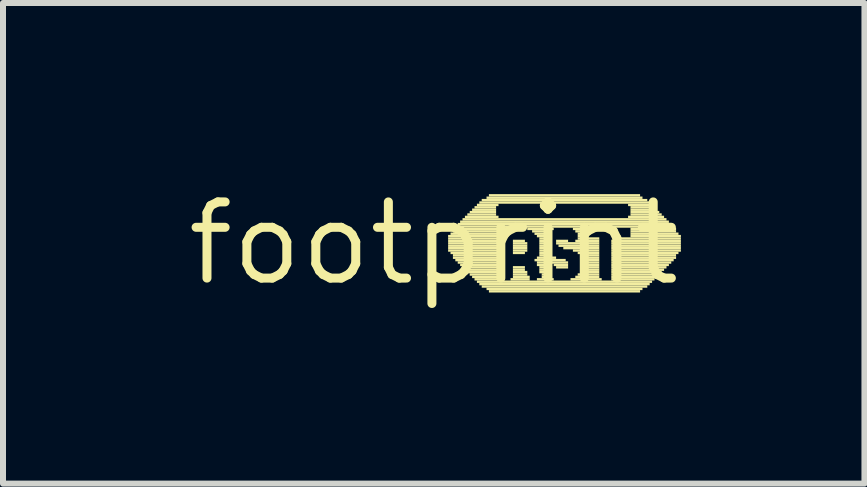
<source format=kicad_pcb>
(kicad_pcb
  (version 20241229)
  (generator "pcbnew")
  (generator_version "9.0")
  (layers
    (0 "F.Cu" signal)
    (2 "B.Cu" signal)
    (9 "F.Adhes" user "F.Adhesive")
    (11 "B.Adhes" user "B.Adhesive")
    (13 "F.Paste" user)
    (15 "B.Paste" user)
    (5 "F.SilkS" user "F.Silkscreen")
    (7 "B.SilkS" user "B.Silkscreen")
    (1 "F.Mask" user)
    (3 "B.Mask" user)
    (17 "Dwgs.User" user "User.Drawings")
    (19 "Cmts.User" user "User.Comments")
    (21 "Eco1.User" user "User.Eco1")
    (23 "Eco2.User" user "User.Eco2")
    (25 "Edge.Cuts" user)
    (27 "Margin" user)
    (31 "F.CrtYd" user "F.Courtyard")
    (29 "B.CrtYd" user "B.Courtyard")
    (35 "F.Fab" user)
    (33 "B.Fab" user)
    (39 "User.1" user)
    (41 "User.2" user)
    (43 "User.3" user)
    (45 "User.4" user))
  (footprint "footprint"
    (layer "F.Cu")
    (at 4.18 1.006)
    (property "Reference" "footprint" (at 0 0 0) (layer "F.SilkS") (effects (font (size 1.27 1.27) (thickness 0.15))))
    (fp_poly (pts (xy 0.24 -0.1) (xy 1.12 -0.1) (xy 1.12 -0.14) (xy 0.24 -0.14)) (stroke (width 0) (type solid)) (fill yes) (layer "F.SilkS"))
    (fp_poly (pts (xy 0.24 -0.06) (xy 1.12 -0.06) (xy 1.12 -0.1) (xy 0.24 -0.1)) (stroke (width 0) (type solid)) (fill yes) (layer "F.SilkS"))
    (fp_poly (pts (xy 0.24 -0.02) (xy 1.12 -0.02) (xy 1.12 -0.06) (xy 0.24 -0.06)) (stroke (width 0) (type solid)) (fill yes) (layer "F.SilkS"))
    (fp_poly (pts (xy 0.24 0.02) (xy 1.12 0.02) (xy 1.12 -0.02) (xy 0.24 -0.02)) (stroke (width 0) (type solid)) (fill yes) (layer "F.SilkS"))
    (fp_poly (pts (xy 0.24 0.06) (xy 1.12 0.06) (xy 1.12 0.02) (xy 0.24 0.02)) (stroke (width 0) (type solid)) (fill yes) (layer "F.SilkS"))
    (fp_poly (pts (xy 0.24 0.1) (xy 1.12 0.1) (xy 1.12 0.06) (xy 0.24 0.06)) (stroke (width 0) (type solid)) (fill yes) (layer "F.SilkS"))
    (fp_poly (pts (xy 0.24 0.14) (xy 1.12 0.14) (xy 1.12 0.1) (xy 0.24 0.1)) (stroke (width 0) (type solid)) (fill yes) (layer "F.SilkS"))
    (fp_poly (pts (xy 0.28 -0.14) (xy 1.12 -0.14) (xy 1.12 -0.18) (xy 0.28 -0.18)) (stroke (width 0) (type solid)) (fill yes) (layer "F.SilkS"))
    (fp_poly (pts (xy 0.28 0.18) (xy 1.12 0.18) (xy 1.12 0.14) (xy 0.28 0.14)) (stroke (width 0) (type solid)) (fill yes) (layer "F.SilkS"))
    (fp_poly (pts (xy 0.32 -0.22) (xy 1.12 -0.22) (xy 1.12 -0.26) (xy 0.32 -0.26)) (stroke (width 0) (type solid)) (fill yes) (layer "F.SilkS"))
    (fp_poly (pts (xy 0.32 -0.18) (xy 1.12 -0.18) (xy 1.12 -0.22) (xy 0.32 -0.22)) (stroke (width 0) (type solid)) (fill yes) (layer "F.SilkS"))
    (fp_poly (pts (xy 0.32 0.22) (xy 1.12 0.22) (xy 1.12 0.18) (xy 0.32 0.18)) (stroke (width 0) (type solid)) (fill yes) (layer "F.SilkS"))
    (fp_poly (pts (xy 0.32 0.26) (xy 1.12 0.26) (xy 1.12 0.22) (xy 0.32 0.22)) (stroke (width 0) (type solid)) (fill yes) (layer "F.SilkS"))
    (fp_poly (pts (xy 0.36 -0.26) (xy 4 -0.26) (xy 4 -0.3) (xy 0.36 -0.3)) (stroke (width 0) (type solid)) (fill yes) (layer "F.SilkS"))
    (fp_poly (pts (xy 0.36 0.3) (xy 1.12 0.3) (xy 1.12 0.26) (xy 0.36 0.26)) (stroke (width 0) (type solid)) (fill yes) (layer "F.SilkS"))
    (fp_poly (pts (xy 0.4 -0.3) (xy 3.96 -0.3) (xy 3.96 -0.34) (xy 0.4 -0.34)) (stroke (width 0) (type solid)) (fill yes) (layer "F.SilkS"))
    (fp_poly (pts (xy 0.4 0.34) (xy 1.12 0.34) (xy 1.12 0.3) (xy 0.4 0.3)) (stroke (width 0) (type solid)) (fill yes) (layer "F.SilkS"))
    (fp_poly (pts (xy 0.44 -0.34) (xy 3.92 -0.34) (xy 3.92 -0.38) (xy 0.44 -0.38)) (stroke (width 0) (type solid)) (fill yes) (layer "F.SilkS"))
    (fp_poly (pts (xy 0.44 0.38) (xy 1.12 0.38) (xy 1.12 0.34) (xy 0.44 0.34)) (stroke (width 0) (type solid)) (fill yes) (layer "F.SilkS"))
    (fp_poly (pts (xy 0.48 -0.38) (xy 3.88 -0.38) (xy 3.88 -0.42) (xy 0.48 -0.42)) (stroke (width 0) (type solid)) (fill yes) (layer "F.SilkS"))
    (fp_poly (pts (xy 0.48 0.42) (xy 1.12 0.42) (xy 1.12 0.38) (xy 0.48 0.38)) (stroke (width 0) (type solid)) (fill yes) (layer "F.SilkS"))
    (fp_poly (pts (xy 0.52 -0.42) (xy 1.08 -0.42) (xy 1.08 -0.46) (xy 0.52 -0.46)) (stroke (width 0) (type solid)) (fill yes) (layer "F.SilkS"))
    (fp_poly (pts (xy 0.52 0.46) (xy 1.12 0.46) (xy 1.12 0.42) (xy 0.52 0.42)) (stroke (width 0) (type solid)) (fill yes) (layer "F.SilkS"))
    (fp_poly (pts (xy 0.56 -0.46) (xy 1.04 -0.46) (xy 1.04 -0.5) (xy 0.56 -0.5)) (stroke (width 0) (type solid)) (fill yes) (layer "F.SilkS"))
    (fp_poly (pts (xy 0.56 0.5) (xy 1.12 0.5) (xy 1.12 0.46) (xy 0.56 0.46)) (stroke (width 0) (type solid)) (fill yes) (layer "F.SilkS"))
    (fp_poly (pts (xy 0.6 -0.5) (xy 1.04 -0.5) (xy 1.04 -0.54) (xy 0.6 -0.54)) (stroke (width 0) (type solid)) (fill yes) (layer "F.SilkS"))
    (fp_poly (pts (xy 0.6 0.54) (xy 1.12 0.54) (xy 1.12 0.5) (xy 0.6 0.5)) (stroke (width 0) (type solid)) (fill yes) (layer "F.SilkS"))
    (fp_poly (pts (xy 0.64 -0.54) (xy 1.04 -0.54) (xy 1.04 -0.58) (xy 0.64 -0.58)) (stroke (width 0) (type solid)) (fill yes) (layer "F.SilkS"))
    (fp_poly (pts (xy 0.64 0.58) (xy 1.12 0.58) (xy 1.12 0.54) (xy 0.64 0.54)) (stroke (width 0) (type solid)) (fill yes) (layer "F.SilkS"))
    (fp_poly (pts (xy 0.68 -0.58) (xy 1.04 -0.58) (xy 1.04 -0.62) (xy 0.68 -0.62)) (stroke (width 0) (type solid)) (fill yes) (layer "F.SilkS"))
    (fp_poly (pts (xy 0.68 0.62) (xy 1.12 0.62) (xy 1.12 0.58) (xy 0.68 0.58)) (stroke (width 0) (type solid)) (fill yes) (layer "F.SilkS"))
    (fp_poly (pts (xy 0.72 -0.62) (xy 1.08 -0.62) (xy 1.08 -0.66) (xy 0.72 -0.66)) (stroke (width 0) (type solid)) (fill yes) (layer "F.SilkS"))
    (fp_poly (pts (xy 0.72 0.66) (xy 3.64 0.66) (xy 3.64 0.62) (xy 0.72 0.62)) (stroke (width 0) (type solid)) (fill yes) (layer "F.SilkS"))
    (fp_poly (pts (xy 0.76 -0.66) (xy 3.6 -0.66) (xy 3.6 -0.7) (xy 0.76 -0.7)) (stroke (width 0) (type solid)) (fill yes) (layer "F.SilkS"))
    (fp_poly (pts (xy 0.76 0.7) (xy 3.6 0.7) (xy 3.6 0.66) (xy 0.76 0.66)) (stroke (width 0) (type solid)) (fill yes) (layer "F.SilkS"))
    (fp_poly (pts (xy 0.8 -0.7) (xy 3.56 -0.7) (xy 3.56 -0.74) (xy 0.8 -0.74)) (stroke (width 0) (type solid)) (fill yes) (layer "F.SilkS"))
    (fp_poly (pts (xy 0.8 0.74) (xy 3.56 0.74) (xy 3.56 0.7) (xy 0.8 0.7)) (stroke (width 0) (type solid)) (fill yes) (layer "F.SilkS"))
    (fp_poly (pts (xy 0.88 -0.74) (xy 3.48 -0.74) (xy 3.48 -0.78) (xy 0.88 -0.78)) (stroke (width 0) (type solid)) (fill yes) (layer "F.SilkS"))
    (fp_poly (pts (xy 0.88 0.78) (xy 3.48 0.78) (xy 3.48 0.74) (xy 0.88 0.74)) (stroke (width 0) (type solid)) (fill yes) (layer "F.SilkS"))
    (fp_poly (pts (xy 0.92 -0.78) (xy 3.44 -0.78) (xy 3.44 -0.82) (xy 0.92 -0.82)) (stroke (width 0) (type solid)) (fill yes) (layer "F.SilkS"))
    (fp_poly (pts (xy 0.92 0.82) (xy 3.44 0.82) (xy 3.44 0.78) (xy 0.92 0.78)) (stroke (width 0) (type solid)) (fill yes) (layer "F.SilkS"))
    (fp_poly (pts (xy 1.28 0.62) (xy 1.6 0.62) (xy 1.6 0.58) (xy 1.28 0.58)) (stroke (width 0) (type solid)) (fill yes) (layer "F.SilkS"))
    (fp_poly (pts (xy 1.32 -0.02) (xy 1.52 -0.02) (xy 1.52 -0.06) (xy 1.32 -0.06)) (stroke (width 0) (type solid)) (fill yes) (layer "F.SilkS"))
    (fp_poly (pts (xy 1.32 0.02) (xy 1.56 0.02) (xy 1.56 -0.02) (xy 1.32 -0.02)) (stroke (width 0) (type solid)) (fill yes) (layer "F.SilkS"))
    (fp_poly (pts (xy 1.32 0.06) (xy 1.56 0.06) (xy 1.56 0.02) (xy 1.32 0.02)) (stroke (width 0) (type solid)) (fill yes) (layer "F.SilkS"))
    (fp_poly (pts (xy 1.32 0.1) (xy 1.56 0.1) (xy 1.56 0.06) (xy 1.32 0.06)) (stroke (width 0) (type solid)) (fill yes) (layer "F.SilkS"))
    (fp_poly (pts (xy 1.32 0.14) (xy 1.56 0.14) (xy 1.56 0.1) (xy 1.32 0.1)) (stroke (width 0) (type solid)) (fill yes) (layer "F.SilkS"))
    (fp_poly (pts (xy 1.32 0.18) (xy 1.52 0.18) (xy 1.52 0.14) (xy 1.32 0.14)) (stroke (width 0) (type solid)) (fill yes) (layer "F.SilkS"))
    (fp_poly (pts (xy 1.32 0.42) (xy 1.52 0.42) (xy 1.52 0.38) (xy 1.32 0.38)) (stroke (width 0) (type solid)) (fill yes) (layer "F.SilkS"))
    (fp_poly (pts (xy 1.32 0.46) (xy 1.52 0.46) (xy 1.52 0.42) (xy 1.32 0.42)) (stroke (width 0) (type solid)) (fill yes) (layer "F.SilkS"))
    (fp_poly (pts (xy 1.32 0.5) (xy 1.56 0.5) (xy 1.56 0.46) (xy 1.32 0.46)) (stroke (width 0) (type solid)) (fill yes) (layer "F.SilkS"))
    (fp_poly (pts (xy 1.32 0.54) (xy 1.56 0.54) (xy 1.56 0.5) (xy 1.32 0.5)) (stroke (width 0) (type solid)) (fill yes) (layer "F.SilkS"))
    (fp_poly (pts (xy 1.32 0.58) (xy 1.6 0.58) (xy 1.6 0.54) (xy 1.32 0.54)) (stroke (width 0) (type solid)) (fill yes) (layer "F.SilkS"))
    (fp_poly (pts (xy 1.56 -0.22) (xy 2 -0.22) (xy 2 -0.26) (xy 1.56 -0.26)) (stroke (width 0) (type solid)) (fill yes) (layer "F.SilkS"))
    (fp_poly (pts (xy 1.64 -0.18) (xy 1.92 -0.18) (xy 1.92 -0.22) (xy 1.64 -0.22)) (stroke (width 0) (type solid)) (fill yes) (layer "F.SilkS"))
    (fp_poly (pts (xy 1.68 -0.14) (xy 1.88 -0.14) (xy 1.88 -0.18) (xy 1.68 -0.18)) (stroke (width 0) (type solid)) (fill yes) (layer "F.SilkS"))
    (fp_poly (pts (xy 1.68 0.3) (xy 2.2 0.3) (xy 2.2 0.26) (xy 1.68 0.26)) (stroke (width 0) (type solid)) (fill yes) (layer "F.SilkS"))
    (fp_poly (pts (xy 1.72 -0.1) (xy 1.88 -0.1) (xy 1.88 -0.14) (xy 1.72 -0.14)) (stroke (width 0) (type solid)) (fill yes) (layer "F.SilkS"))
    (fp_poly (pts (xy 1.72 0.26) (xy 2.04 0.26) (xy 2.04 0.22) (xy 1.72 0.22)) (stroke (width 0) (type solid)) (fill yes) (layer "F.SilkS"))
    (fp_poly (pts (xy 1.72 0.34) (xy 2.24 0.34) (xy 2.24 0.3) (xy 1.72 0.3)) (stroke (width 0) (type solid)) (fill yes) (layer "F.SilkS"))
    (fp_poly (pts (xy 1.72 0.38) (xy 1.88 0.38) (xy 1.88 0.34) (xy 1.72 0.34)) (stroke (width 0) (type solid)) (fill yes) (layer "F.SilkS"))
    (fp_poly (pts (xy 1.72 0.62) (xy 2 0.62) (xy 2 0.58) (xy 1.72 0.58)) (stroke (width 0) (type solid)) (fill yes) (layer "F.SilkS"))
    (fp_poly (pts (xy 1.76 -0.06) (xy 1.84 -0.06) (xy 1.84 -0.1) (xy 1.76 -0.1)) (stroke (width 0) (type solid)) (fill yes) (layer "F.SilkS"))
    (fp_poly (pts (xy 1.76 -0.02) (xy 1.84 -0.02) (xy 1.84 -0.06) (xy 1.76 -0.06)) (stroke (width 0) (type solid)) (fill yes) (layer "F.SilkS"))
    (fp_poly (pts (xy 1.76 0.02) (xy 1.84 0.02) (xy 1.84 -0.02) (xy 1.76 -0.02)) (stroke (width 0) (type solid)) (fill yes) (layer "F.SilkS"))
    (fp_poly (pts (xy 1.76 0.06) (xy 1.84 0.06) (xy 1.84 0.02) (xy 1.76 0.02)) (stroke (width 0) (type solid)) (fill yes) (layer "F.SilkS"))
    (fp_poly (pts (xy 1.76 0.1) (xy 1.84 0.1) (xy 1.84 0.06) (xy 1.76 0.06)) (stroke (width 0) (type solid)) (fill yes) (layer "F.SilkS"))
    (fp_poly (pts (xy 1.76 0.14) (xy 1.88 0.14) (xy 1.88 0.1) (xy 1.76 0.1)) (stroke (width 0) (type solid)) (fill yes) (layer "F.SilkS"))
    (fp_poly (pts (xy 1.76 0.18) (xy 1.92 0.18) (xy 1.92 0.14) (xy 1.76 0.14)) (stroke (width 0) (type solid)) (fill yes) (layer "F.SilkS"))
    (fp_poly (pts (xy 1.76 0.22) (xy 1.96 0.22) (xy 1.96 0.18) (xy 1.76 0.18)) (stroke (width 0) (type solid)) (fill yes) (layer "F.SilkS"))
    (fp_poly (pts (xy 1.76 0.42) (xy 1.84 0.42) (xy 1.84 0.38) (xy 1.76 0.38)) (stroke (width 0) (type solid)) (fill yes) (layer "F.SilkS"))
    (fp_poly (pts (xy 1.76 0.46) (xy 1.84 0.46) (xy 1.84 0.42) (xy 1.76 0.42)) (stroke (width 0) (type solid)) (fill yes) (layer "F.SilkS"))
    (fp_poly (pts (xy 1.76 0.5) (xy 1.84 0.5) (xy 1.84 0.46) (xy 1.76 0.46)) (stroke (width 0) (type solid)) (fill yes) (layer "F.SilkS"))
    (fp_poly (pts (xy 1.8 0.54) (xy 1.88 0.54) (xy 1.88 0.5) (xy 1.8 0.5)) (stroke (width 0) (type solid)) (fill yes) (layer "F.SilkS"))
    (fp_poly (pts (xy 1.8 0.58) (xy 1.92 0.58) (xy 1.92 0.54) (xy 1.8 0.54)) (stroke (width 0) (type solid)) (fill yes) (layer "F.SilkS"))
    (fp_poly (pts (xy 2 0.38) (xy 2.24 0.38) (xy 2.24 0.34) (xy 2 0.34)) (stroke (width 0) (type solid)) (fill yes) (layer "F.SilkS"))
    (fp_poly (pts (xy 2.04 -0.02) (xy 2.24 -0.02) (xy 2.24 -0.06) (xy 2.04 -0.06)) (stroke (width 0) (type solid)) (fill yes) (layer "F.SilkS"))
    (fp_poly (pts (xy 2.04 0.02) (xy 2.76 0.02) (xy 2.76 -0.02) (xy 2.04 -0.02)) (stroke (width 0) (type solid)) (fill yes) (layer "F.SilkS"))
    (fp_poly (pts (xy 2.04 0.42) (xy 2.24 0.42) (xy 2.24 0.38) (xy 2.04 0.38)) (stroke (width 0) (type solid)) (fill yes) (layer "F.SilkS"))
    (fp_poly (pts (xy 2.08 0.06) (xy 2.76 0.06) (xy 2.76 0.02) (xy 2.08 0.02)) (stroke (width 0) (type solid)) (fill yes) (layer "F.SilkS"))
    (fp_poly (pts (xy 2.16 0.1) (xy 2.76 0.1) (xy 2.76 0.06) (xy 2.16 0.06)) (stroke (width 0) (type solid)) (fill yes) (layer "F.SilkS"))
    (fp_poly (pts (xy 2.28 0.62) (xy 2.8 0.62) (xy 2.8 0.58) (xy 2.28 0.58)) (stroke (width 0) (type solid)) (fill yes) (layer "F.SilkS"))
    (fp_poly (pts (xy 2.32 -0.22) (xy 2.48 -0.22) (xy 2.48 -0.26) (xy 2.32 -0.26)) (stroke (width 0) (type solid)) (fill yes) (layer "F.SilkS"))
    (fp_poly (pts (xy 2.32 0.14) (xy 2.76 0.14) (xy 2.76 0.1) (xy 2.32 0.1)) (stroke (width 0) (type solid)) (fill yes) (layer "F.SilkS"))
    (fp_poly (pts (xy 2.36 -0.18) (xy 2.44 -0.18) (xy 2.44 -0.22) (xy 2.36 -0.22)) (stroke (width 0) (type solid)) (fill yes) (layer "F.SilkS"))
    (fp_poly (pts (xy 2.36 -0.02) (xy 2.76 -0.02) (xy 2.76 -0.06) (xy 2.36 -0.06)) (stroke (width 0) (type solid)) (fill yes) (layer "F.SilkS"))
    (fp_poly (pts (xy 2.36 0.58) (xy 2.76 0.58) (xy 2.76 0.54) (xy 2.36 0.54)) (stroke (width 0) (type solid)) (fill yes) (layer "F.SilkS"))
    (fp_poly (pts (xy 2.4 -0.14) (xy 2.44 -0.14) (xy 2.44 -0.18) (xy 2.4 -0.18)) (stroke (width 0) (type solid)) (fill yes) (layer "F.SilkS"))
    (fp_poly (pts (xy 2.4 -0.1) (xy 2.48 -0.1) (xy 2.48 -0.14) (xy 2.4 -0.14)) (stroke (width 0) (type solid)) (fill yes) (layer "F.SilkS"))
    (fp_poly (pts (xy 2.4 -0.06) (xy 2.76 -0.06) (xy 2.76 -0.1) (xy 2.4 -0.1)) (stroke (width 0) (type solid)) (fill yes) (layer "F.SilkS"))
    (fp_poly (pts (xy 2.4 0.18) (xy 2.76 0.18) (xy 2.76 0.14) (xy 2.4 0.14)) (stroke (width 0) (type solid)) (fill yes) (layer "F.SilkS"))
    (fp_poly (pts (xy 2.4 0.54) (xy 2.76 0.54) (xy 2.76 0.5) (xy 2.4 0.5)) (stroke (width 0) (type solid)) (fill yes) (layer "F.SilkS"))
    (fp_poly (pts (xy 2.44 0.22) (xy 2.76 0.22) (xy 2.76 0.18) (xy 2.44 0.18)) (stroke (width 0) (type solid)) (fill yes) (layer "F.SilkS"))
    (fp_poly (pts (xy 2.44 0.26) (xy 2.76 0.26) (xy 2.76 0.22) (xy 2.44 0.22)) (stroke (width 0) (type solid)) (fill yes) (layer "F.SilkS"))
    (fp_poly (pts (xy 2.44 0.3) (xy 2.76 0.3) (xy 2.76 0.26) (xy 2.44 0.26)) (stroke (width 0) (type solid)) (fill yes) (layer "F.SilkS"))
    (fp_poly (pts (xy 2.44 0.34) (xy 2.76 0.34) (xy 2.76 0.3) (xy 2.44 0.3)) (stroke (width 0) (type solid)) (fill yes) (layer "F.SilkS"))
    (fp_poly (pts (xy 2.44 0.38) (xy 2.76 0.38) (xy 2.76 0.34) (xy 2.44 0.34)) (stroke (width 0) (type solid)) (fill yes) (layer "F.SilkS"))
    (fp_poly (pts (xy 2.44 0.42) (xy 2.76 0.42) (xy 2.76 0.38) (xy 2.44 0.38)) (stroke (width 0) (type solid)) (fill yes) (layer "F.SilkS"))
    (fp_poly (pts (xy 2.44 0.46) (xy 2.76 0.46) (xy 2.76 0.42) (xy 2.44 0.42)) (stroke (width 0) (type solid)) (fill yes) (layer "F.SilkS"))
    (fp_poly (pts (xy 2.44 0.5) (xy 2.76 0.5) (xy 2.76 0.46) (xy 2.44 0.46)) (stroke (width 0) (type solid)) (fill yes) (layer "F.SilkS"))
    (fp_poly (pts (xy 2.96 -0.02) (xy 4.12 -0.02) (xy 4.12 -0.06) (xy 2.96 -0.06)) (stroke (width 0) (type solid)) (fill yes) (layer "F.SilkS"))
    (fp_poly (pts (xy 2.96 0.02) (xy 4.12 0.02) (xy 4.12 -0.02) (xy 2.96 -0.02)) (stroke (width 0) (type solid)) (fill yes) (layer "F.SilkS"))
    (fp_poly (pts (xy 2.96 0.06) (xy 4.12 0.06) (xy 4.12 0.02) (xy 2.96 0.02)) (stroke (width 0) (type solid)) (fill yes) (layer "F.SilkS"))
    (fp_poly (pts (xy 2.96 0.1) (xy 4.12 0.1) (xy 4.12 0.06) (xy 2.96 0.06)) (stroke (width 0) (type solid)) (fill yes) (layer "F.SilkS"))
    (fp_poly (pts (xy 2.96 0.14) (xy 4.12 0.14) (xy 4.12 0.1) (xy 2.96 0.1)) (stroke (width 0) (type solid)) (fill yes) (layer "F.SilkS"))
    (fp_poly (pts (xy 2.96 0.18) (xy 4.08 0.18) (xy 4.08 0.14) (xy 2.96 0.14)) (stroke (width 0) (type solid)) (fill yes) (layer "F.SilkS"))
    (fp_poly (pts (xy 2.96 0.22) (xy 4.04 0.22) (xy 4.04 0.18) (xy 2.96 0.18)) (stroke (width 0) (type solid)) (fill yes) (layer "F.SilkS"))
    (fp_poly (pts (xy 2.96 0.26) (xy 4.04 0.26) (xy 4.04 0.22) (xy 2.96 0.22)) (stroke (width 0) (type solid)) (fill yes) (layer "F.SilkS"))
    (fp_poly (pts (xy 2.96 0.3) (xy 4 0.3) (xy 4 0.26) (xy 2.96 0.26)) (stroke (width 0) (type solid)) (fill yes) (layer "F.SilkS"))
    (fp_poly (pts (xy 2.96 0.34) (xy 3.96 0.34) (xy 3.96 0.3) (xy 2.96 0.3)) (stroke (width 0) (type solid)) (fill yes) (layer "F.SilkS"))
    (fp_poly (pts (xy 2.96 0.38) (xy 3.92 0.38) (xy 3.92 0.34) (xy 2.96 0.34)) (stroke (width 0) (type solid)) (fill yes) (layer "F.SilkS"))
    (fp_poly (pts (xy 2.96 0.42) (xy 3.88 0.42) (xy 3.88 0.38) (xy 2.96 0.38)) (stroke (width 0) (type solid)) (fill yes) (layer "F.SilkS"))
    (fp_poly (pts (xy 2.96 0.46) (xy 3.84 0.46) (xy 3.84 0.42) (xy 2.96 0.42)) (stroke (width 0) (type solid)) (fill yes) (layer "F.SilkS"))
    (fp_poly (pts (xy 2.96 0.5) (xy 3.8 0.5) (xy 3.8 0.46) (xy 2.96 0.46)) (stroke (width 0) (type solid)) (fill yes) (layer "F.SilkS"))
    (fp_poly (pts (xy 2.96 0.54) (xy 3.76 0.54) (xy 3.76 0.5) (xy 2.96 0.5)) (stroke (width 0) (type solid)) (fill yes) (layer "F.SilkS"))
    (fp_poly (pts (xy 2.96 0.58) (xy 3.72 0.58) (xy 3.72 0.54) (xy 2.96 0.54)) (stroke (width 0) (type solid)) (fill yes) (layer "F.SilkS"))
    (fp_poly (pts (xy 2.96 0.62) (xy 3.68 0.62) (xy 3.68 0.58) (xy 2.96 0.58)) (stroke (width 0) (type solid)) (fill yes) (layer "F.SilkS"))
    (fp_poly (pts (xy 3 -0.06) (xy 4.12 -0.06) (xy 4.12 -0.1) (xy 3 -0.1)) (stroke (width 0) (type solid)) (fill yes) (layer "F.SilkS"))
    (fp_poly (pts (xy 3.24 -0.62) (xy 3.64 -0.62) (xy 3.64 -0.66) (xy 3.24 -0.66)) (stroke (width 0) (type solid)) (fill yes) (layer "F.SilkS"))
    (fp_poly (pts (xy 3.24 -0.42) (xy 3.84 -0.42) (xy 3.84 -0.46) (xy 3.24 -0.46)) (stroke (width 0) (type solid)) (fill yes) (layer "F.SilkS"))
    (fp_poly (pts (xy 3.28 -0.58) (xy 3.68 -0.58) (xy 3.68 -0.62) (xy 3.28 -0.62)) (stroke (width 0) (type solid)) (fill yes) (layer "F.SilkS"))
    (fp_poly (pts (xy 3.28 -0.54) (xy 3.72 -0.54) (xy 3.72 -0.58) (xy 3.28 -0.58)) (stroke (width 0) (type solid)) (fill yes) (layer "F.SilkS"))
    (fp_poly (pts (xy 3.28 -0.5) (xy 3.76 -0.5) (xy 3.76 -0.54) (xy 3.28 -0.54)) (stroke (width 0) (type solid)) (fill yes) (layer "F.SilkS"))
    (fp_poly (pts (xy 3.28 -0.46) (xy 3.8 -0.46) (xy 3.8 -0.5) (xy 3.28 -0.5)) (stroke (width 0) (type solid)) (fill yes) (layer "F.SilkS"))
    (fp_poly (pts (xy 3.28 -0.22) (xy 4.04 -0.22) (xy 4.04 -0.26) (xy 3.28 -0.26)) (stroke (width 0) (type solid)) (fill yes) (layer "F.SilkS"))
    (fp_poly (pts (xy 3.28 -0.18) (xy 4.04 -0.18) (xy 4.04 -0.22) (xy 3.28 -0.22)) (stroke (width 0) (type solid)) (fill yes) (layer "F.SilkS"))
    (fp_poly (pts (xy 3.28 -0.14) (xy 4.08 -0.14) (xy 4.08 -0.18) (xy 3.28 -0.18)) (stroke (width 0) (type solid)) (fill yes) (layer "F.SilkS"))
    (fp_poly (pts (xy 3.28 -0.1) (xy 4.12 -0.1) (xy 4.12 -0.14) (xy 3.28 -0.14)) (stroke (width 0) (type solid)) (fill yes) (layer "F.SilkS")))
  (gr_rect
    (start -3 -3)
    (end 11.36 5.012)
    (stroke (width 0.1) (type default))
    (fill no)
    (layer "Edge.Cuts")))
</source>
